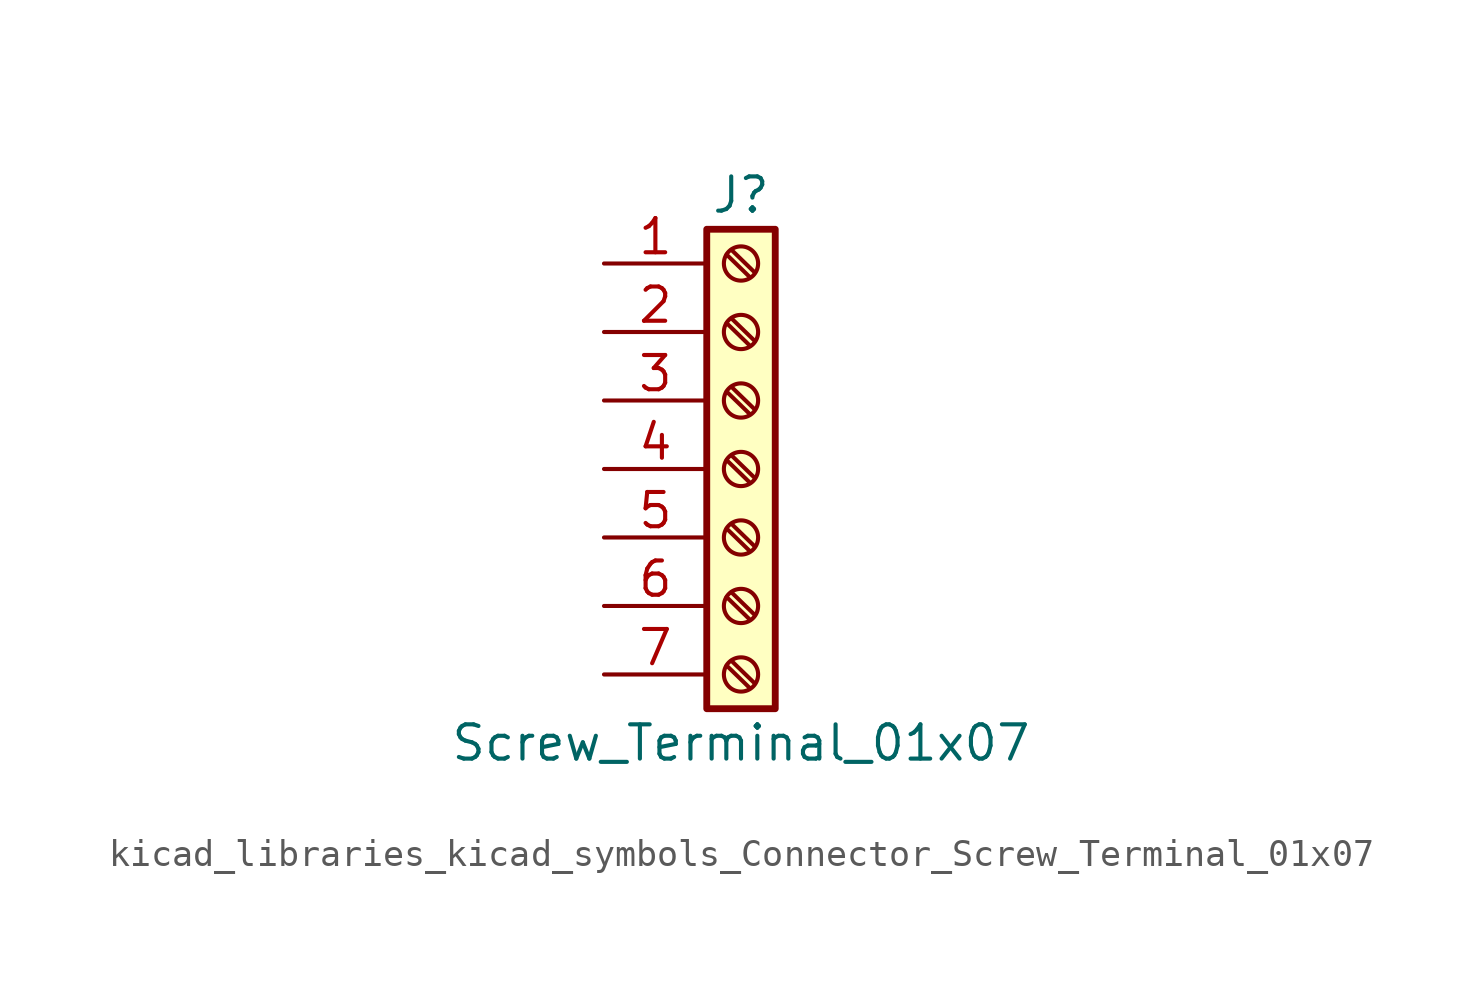
<source format=kicad_sym>
(kicad_symbol_lib
  (version 20220914)
  (generator kicad_symbol_editor)
  (symbol "kicad_libraries_kicad_symbols_Connector_Screw_Terminal_01x07"
    (pin_names
      (offset 1.016) hide)
    (property "Reference" "J"
      (at 0 10.16 0)
      (effects (font (size 1.27 1.27))))
    (property "Value" "Screw_Terminal_01x07"
      (at 0 -10.16 0)
      (effects (font (size 1.27 1.27))))
    (symbol "kicad_libraries_kicad_symbols_Connector_Screw_Terminal_01x07_1_1"
      (rectangle (start -1.27 8.89) (end 1.27 -8.89) (stroke (width 0.254) (type default)) (fill (type background)))
      (circle (center 0 -7.62) (radius 0.635) (stroke (width 0.152) (type default)) (fill (type none)))
      (circle (center 0 -5.08) (radius 0.635) (stroke (width 0.152) (type default)) (fill (type none)))
      (circle (center 0 -2.54) (radius 0.635) (stroke (width 0.152) (type default)) (fill (type none)))
      (polyline (pts (xy -0.533 -7.29) (xy 0.33 -8.128)) (stroke (width 0.152) (type default)) (fill (type none)))
      (polyline (pts (xy -0.533 -4.75) (xy 0.33 -5.588)) (stroke (width 0.152) (type default)) (fill (type none)))
      (polyline (pts (xy -0.533 -2.21) (xy 0.33 -3.048)) (stroke (width 0.152) (type default)) (fill (type none)))
      (polyline (pts (xy -0.533 0.33) (xy 0.33 -0.508)) (stroke (width 0.152) (type default)) (fill (type none)))
      (polyline (pts (xy -0.533 2.87) (xy 0.33 2.032)) (stroke (width 0.152) (type default)) (fill (type none)))
      (polyline (pts (xy -0.533 5.41) (xy 0.33 4.572)) (stroke (width 0.152) (type default)) (fill (type none)))
      (polyline (pts (xy -0.533 7.95) (xy 0.33 7.112)) (stroke (width 0.152) (type default)) (fill (type none)))
      (polyline (pts (xy -0.356 -7.112) (xy 0.508 -7.95)) (stroke (width 0.152) (type default)) (fill (type none)))
      (polyline (pts (xy -0.356 -4.572) (xy 0.508 -5.41)) (stroke (width 0.152) (type default)) (fill (type none)))
      (polyline (pts (xy -0.356 -2.032) (xy 0.508 -2.87)) (stroke (width 0.152) (type default)) (fill (type none)))
      (polyline (pts (xy -0.356 0.508) (xy 0.508 -0.33)) (stroke (width 0.152) (type default)) (fill (type none)))
      (polyline (pts (xy -0.356 3.048) (xy 0.508 2.21)) (stroke (width 0.152) (type default)) (fill (type none)))
      (polyline (pts (xy -0.356 5.588) (xy 0.508 4.75)) (stroke (width 0.152) (type default)) (fill (type none)))
      (polyline (pts (xy -0.356 8.128) (xy 0.508 7.29)) (stroke (width 0.152) (type default)) (fill (type none)))
      (circle (center 0 0) (radius 0.635) (stroke (width 0.152) (type default)) (fill (type none)))
      (circle (center 0 2.54) (radius 0.635) (stroke (width 0.152) (type default)) (fill (type none)))
      (circle (center 0 5.08) (radius 0.635) (stroke (width 0.152) (type default)) (fill (type none)))
      (circle (center 0 7.62) (radius 0.635) (stroke (width 0.152) (type default)) (fill (type none)))
      (pin passive line (at -5.08 7.62 0) (length 3.81) (name "Pin_1" (effects (font (size 1.27 1.27)))) (number "1" (effects (font (size 1.27 1.27)))))
      (pin passive line (at -5.08 5.08 0) (length 3.81) (name "Pin_2" (effects (font (size 1.27 1.27)))) (number "2" (effects (font (size 1.27 1.27)))))
      (pin passive line (at -5.08 2.54 0) (length 3.81) (name "Pin_3" (effects (font (size 1.27 1.27)))) (number "3" (effects (font (size 1.27 1.27)))))
      (pin passive line (at -5.08 0 0) (length 3.81) (name "Pin_4" (effects (font (size 1.27 1.27)))) (number "4" (effects (font (size 1.27 1.27)))))
      (pin passive line (at -5.08 -2.54 0) (length 3.81) (name "Pin_5" (effects (font (size 1.27 1.27)))) (number "5" (effects (font (size 1.27 1.27)))))
      (pin passive line (at -5.08 -5.08 0) (length 3.81) (name "Pin_6" (effects (font (size 1.27 1.27)))) (number "6" (effects (font (size 1.27 1.27)))))
      (pin passive line (at -5.08 -7.62 0) (length 3.81) (name "Pin_7" (effects (font (size 1.27 1.27)))) (number "7" (effects (font (size 1.27 1.27))))))))
</source>
